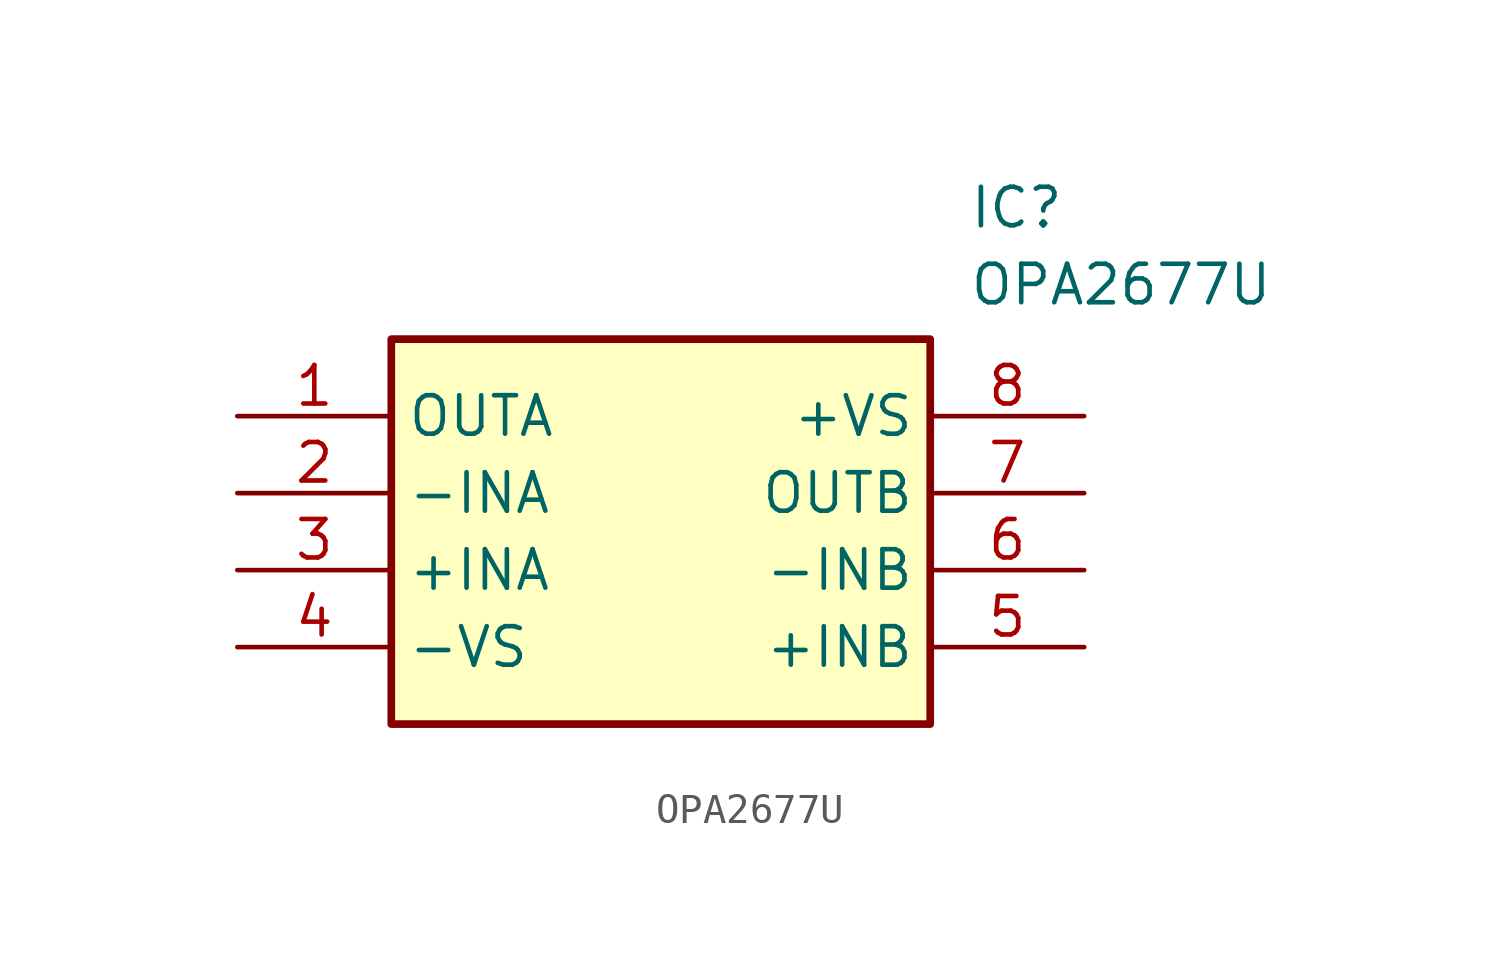
<source format=kicad_sym>
(kicad_symbol_lib
  (version 20211014)
  (generator SamacSys_ECAD_Model)
  (symbol "OPA2677U"
    (property "Reference" "IC"
      (at 24.13 7.62 0)
      (effects (font (size 1.27 1.27)) (justify left top)))
    (property "Value" "OPA2677U"
      (at 24.13 5.08 0)
      (effects (font (size 1.27 1.27)) (justify left top)))
    (rectangle
      (start 5.08 2.54)
      (end 22.86 -10.16)
      (stroke (width 0.254) (type default))
      (fill (type background)))
    (pin output line
      (at 0 0 0)
      (length 5.08)
      (name "OUTA" (effects (font (size 1.27 1.27))))
      (number "1" (effects (font (size 1.27 1.27)))))
    (pin input line
      (at 0 -2.54 0)
      (length 5.08)
      (name "-INA" (effects (font (size 1.27 1.27))))
      (number "2" (effects (font (size 1.27 1.27)))))
    (pin input line
      (at 0 -5.08 0)
      (length 5.08)
      (name "+INA" (effects (font (size 1.27 1.27))))
      (number "3" (effects (font (size 1.27 1.27)))))
    (pin power_in line
      (at 0 -7.62 0)
      (length 5.08)
      (name "-VS" (effects (font (size 1.27 1.27))))
      (number "4" (effects (font (size 1.27 1.27)))))
    (pin power_in line
      (at 27.94 0 180)
      (length 5.08)
      (name "+VS" (effects (font (size 1.27 1.27))))
      (number "8" (effects (font (size 1.27 1.27)))))
    (pin output line
      (at 27.94 -2.54 180)
      (length 5.08)
      (name "OUTB" (effects (font (size 1.27 1.27))))
      (number "7" (effects (font (size 1.27 1.27)))))
    (pin input line
      (at 27.94 -5.08 180)
      (length 5.08)
      (name "-INB" (effects (font (size 1.27 1.27))))
      (number "6" (effects (font (size 1.27 1.27)))))
    (pin input line
      (at 27.94 -7.62 180)
      (length 5.08)
      (name "+INB" (effects (font (size 1.27 1.27))))
      (number "5" (effects (font (size 1.27 1.27)))))))
</source>
